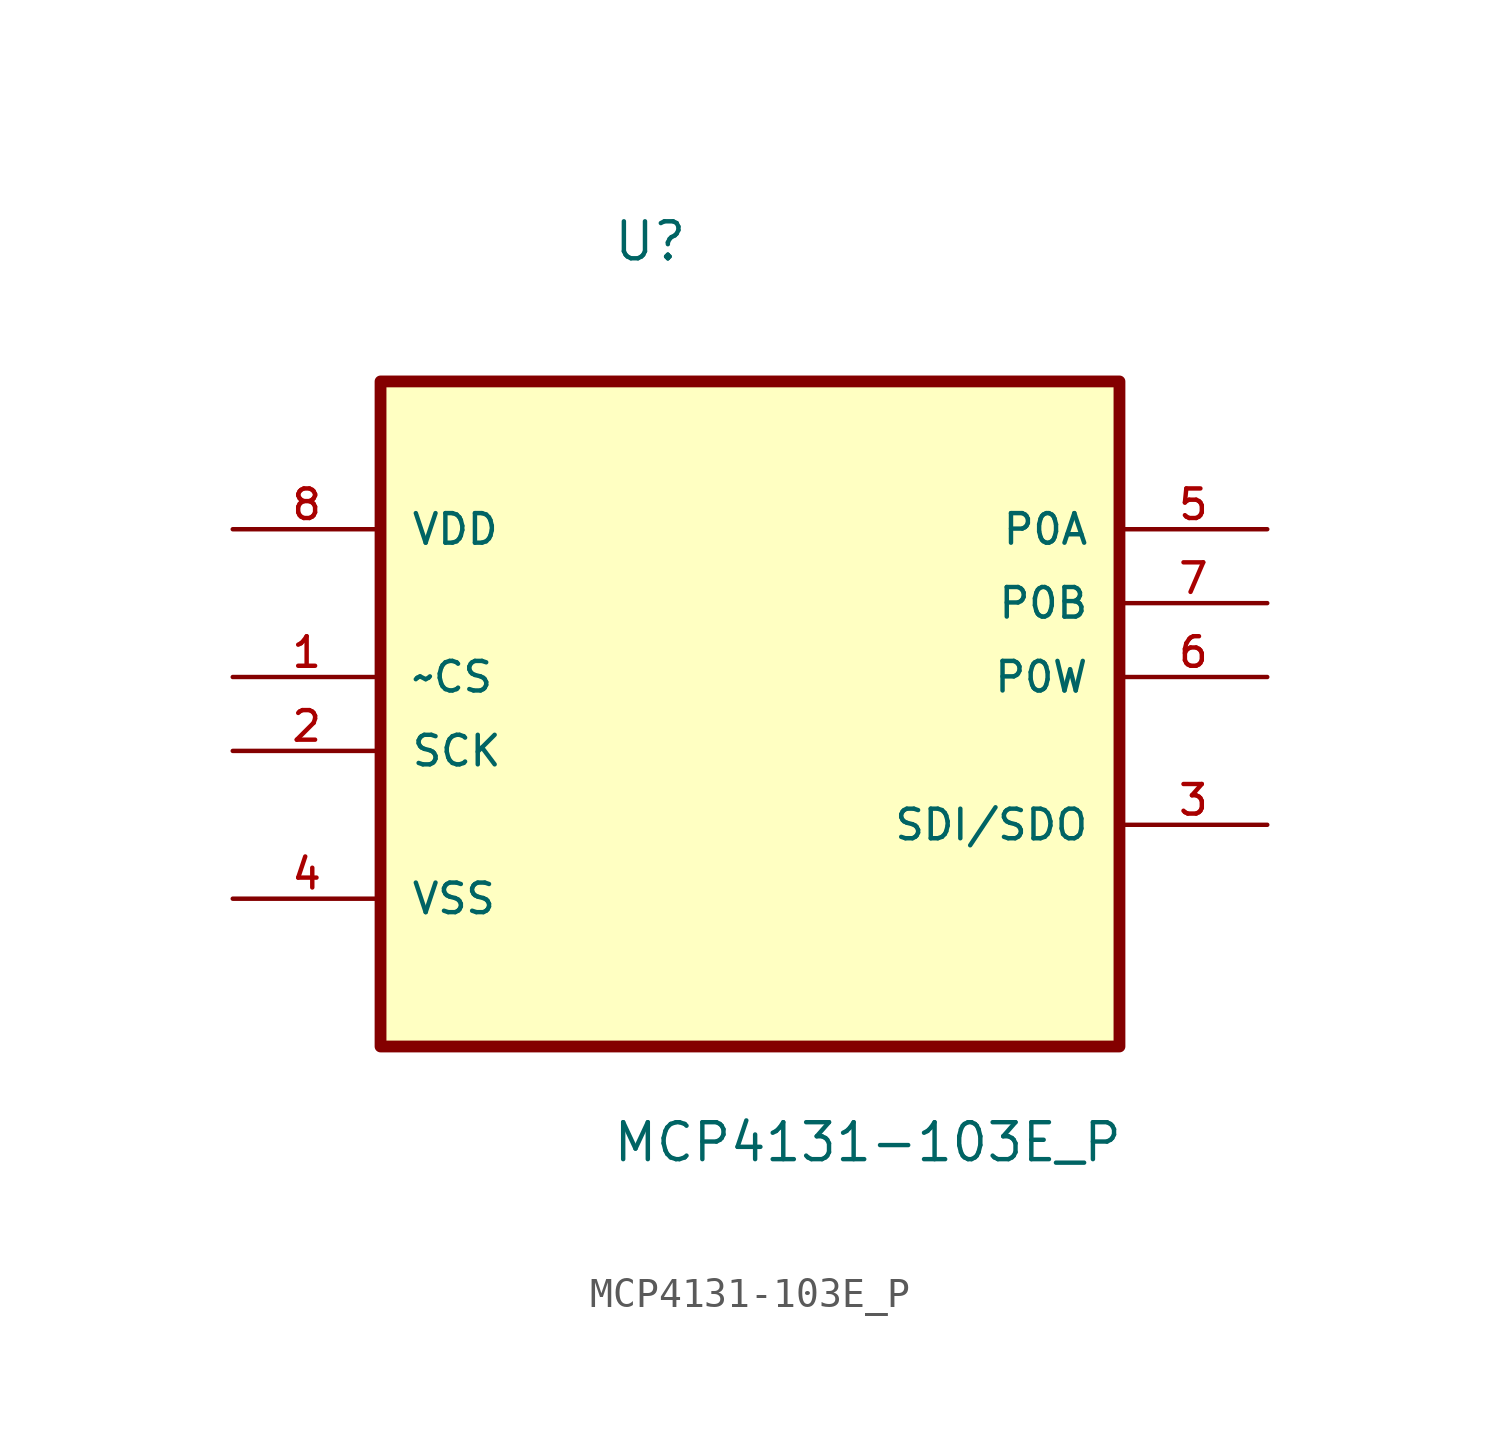
<source format=kicad_sym>
(kicad_symbol_lib
  (version 20211014)
  (generator kicad_symbol_editor)
  (symbol "MCP4131-103E_P"
    (pin_names
      (offset 1.016))
    (property "Reference" "U"
      (at -4.738 11.691 0.0)
      (effects (font (size 1.27 1.27)) (justify bottom left)))
    (property "Value" "MCP4131-103E_P"
      (at -4.762 -19.276 0.0)
      (effects (font (size 1.27 1.27)) (justify bottom left)))
    (symbol "MCP4131-103E_P_0_0"
      (rectangle (start -12.7 -15.24) (end 12.7 7.62) (stroke (width 0.406)) (fill (type background)))
      (pin power_in line (at -17.78 2.54 0) (length 5.08) (name "VDD" (effects (font (size 1.016 1.016)))) (number "8" (effects (font (size 1.016 1.016)))))
      (pin input line (at -17.78 -2.54 0) (length 5.08) (name "~CS" (effects (font (size 1.016 1.016)))) (number "1" (effects (font (size 1.016 1.016)))))
      (pin input line (at -17.78 -5.08 0) (length 5.08) (name "SCK" (effects (font (size 1.016 1.016)))) (number "2" (effects (font (size 1.016 1.016)))))
      (pin power_in line (at -17.78 -10.16 0) (length 5.08) (name "VSS" (effects (font (size 1.016 1.016)))) (number "4" (effects (font (size 1.016 1.016)))))
      (pin bidirectional line (at 17.78 2.54 180.0) (length 5.08) (name "P0A" (effects (font (size 1.016 1.016)))) (number "5" (effects (font (size 1.016 1.016)))))
      (pin bidirectional line (at 17.78 0.0 180.0) (length 5.08) (name "P0B" (effects (font (size 1.016 1.016)))) (number "7" (effects (font (size 1.016 1.016)))))
      (pin bidirectional line (at 17.78 -2.54 180.0) (length 5.08) (name "P0W" (effects (font (size 1.016 1.016)))) (number "6" (effects (font (size 1.016 1.016)))))
      (pin bidirectional line (at 17.78 -7.62 180.0) (length 5.08) (name "SDI/SDO" (effects (font (size 1.016 1.016)))) (number "3" (effects (font (size 1.016 1.016))))))))
</source>
